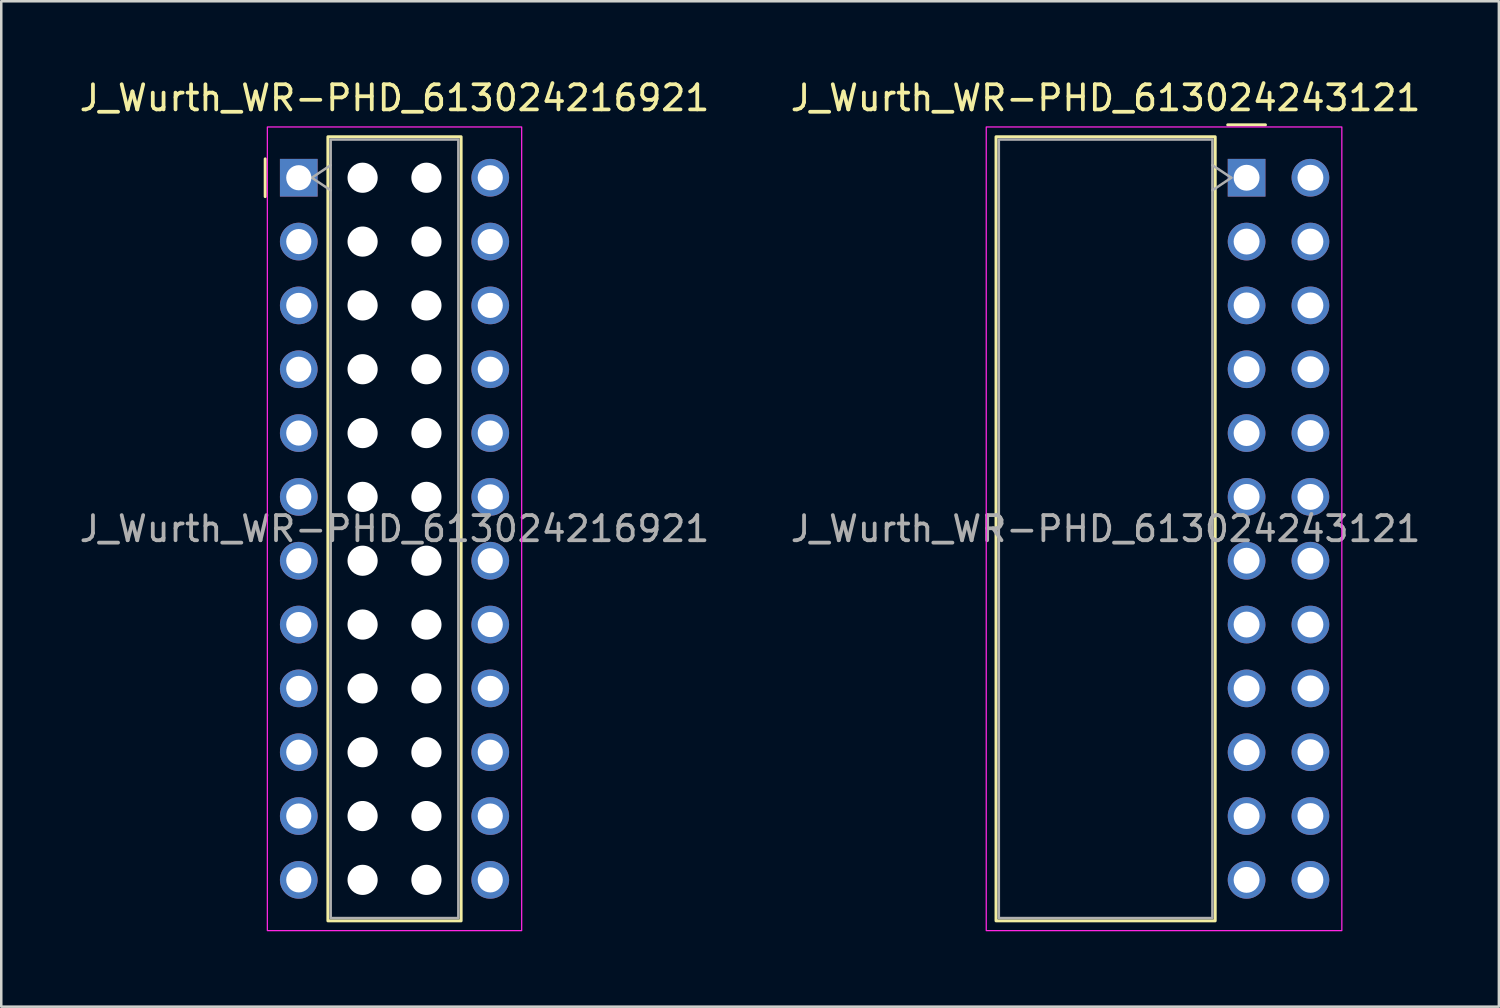
<source format=kicad_pcb>
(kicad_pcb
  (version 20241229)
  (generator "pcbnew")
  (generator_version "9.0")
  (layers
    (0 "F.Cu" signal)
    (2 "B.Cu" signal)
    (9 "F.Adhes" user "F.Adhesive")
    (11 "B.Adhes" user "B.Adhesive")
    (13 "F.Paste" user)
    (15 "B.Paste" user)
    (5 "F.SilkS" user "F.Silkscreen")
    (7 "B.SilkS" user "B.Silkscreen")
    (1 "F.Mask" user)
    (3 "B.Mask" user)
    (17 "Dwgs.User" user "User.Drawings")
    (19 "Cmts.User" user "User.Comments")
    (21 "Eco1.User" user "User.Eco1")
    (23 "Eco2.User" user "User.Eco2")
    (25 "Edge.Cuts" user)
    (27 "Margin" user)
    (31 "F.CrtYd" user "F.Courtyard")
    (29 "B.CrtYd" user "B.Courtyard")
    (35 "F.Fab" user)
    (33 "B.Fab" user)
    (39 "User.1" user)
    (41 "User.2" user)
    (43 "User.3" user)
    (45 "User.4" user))
  (footprint "J_Wurth_WR-PHD_613024216921"
    (layer "F.Cu")
    (at 8.839 4.023)
    (property "Reference" "J_Wurth_WR-PHD_613024216921" (at 3.81 -3.175 0) (unlocked yes) (layer "F.SilkS") (effects (font (size 1 1) (thickness 0.15))))
    (attr through_hole)
    (fp_line (start -1.335 -0.75) (end -1.335 0.75) (stroke (width 0.12) (type solid)) (layer "F.SilkS"))
    (fp_rect (start 1.16 -1.63) (end 6.46 29.57) (stroke (width 0.12) (type solid)) (fill no) (layer "F.SilkS"))
    (fp_rect (start -1.25 -2.02) (end 8.87 29.96) (stroke (width 0.05) (type solid)) (fill no) (layer "F.CrtYd"))
    (fp_line (start 0.52 0) (end 1.27 -0.5) (stroke (width 0.1) (type solid)) (layer "F.Fab"))
    (fp_line (start 0.52 0) (end 1.27 0.5) (stroke (width 0.1) (type solid)) (layer "F.Fab"))
    (fp_rect (start 1.27 -1.52) (end 6.35 29.46) (stroke (width 0.1) (type solid)) (fill no) (layer "F.Fab"))
    (fp_text user "${REFERENCE}" (at 3.81 13.97 0) (unlocked yes) (layer "F.Fab") (effects (font (size 1 1) (thickness 0.15))))
    (pad "" np_thru_hole circle (at 2.54 0 270) (size 1.2 1.2) (drill 1.2) (layers "*.Cu" "*.Mask"))
    (pad "" np_thru_hole circle (at 2.54 2.54 270) (size 1.2 1.2) (drill 1.2) (layers "*.Cu" "*.Mask"))
    (pad "" np_thru_hole circle (at 2.54 5.08 270) (size 1.2 1.2) (drill 1.2) (layers "*.Cu" "*.Mask"))
    (pad "" np_thru_hole circle (at 2.54 7.62 270) (size 1.2 1.2) (drill 1.2) (layers "*.Cu" "*.Mask"))
    (pad "" np_thru_hole circle (at 2.54 10.16 270) (size 1.2 1.2) (drill 1.2) (layers "*.Cu" "*.Mask"))
    (pad "" np_thru_hole circle (at 2.54 12.7 270) (size 1.2 1.2) (drill 1.2) (layers "*.Cu" "*.Mask"))
    (pad "" np_thru_hole circle (at 2.54 15.24 270) (size 1.2 1.2) (drill 1.2) (layers "*.Cu" "*.Mask"))
    (pad "" np_thru_hole circle (at 2.54 17.78 270) (size 1.2 1.2) (drill 1.2) (layers "*.Cu" "*.Mask"))
    (pad "" np_thru_hole circle (at 2.54 20.32 270) (size 1.2 1.2) (drill 1.2) (layers "*.Cu" "*.Mask"))
    (pad "" np_thru_hole circle (at 2.54 22.86 270) (size 1.2 1.2) (drill 1.2) (layers "*.Cu" "*.Mask"))
    (pad "" np_thru_hole circle (at 2.54 25.4 270) (size 1.2 1.2) (drill 1.2) (layers "*.Cu" "*.Mask"))
    (pad "" np_thru_hole circle (at 2.54 27.94 270) (size 1.2 1.2) (drill 1.2) (layers "*.Cu" "*.Mask"))
    (pad "" np_thru_hole circle (at 5.08 0 270) (size 1.2 1.2) (drill 1.2) (layers "*.Cu" "*.Mask"))
    (pad "" np_thru_hole circle (at 5.08 2.54 270) (size 1.2 1.2) (drill 1.2) (layers "*.Cu" "*.Mask"))
    (pad "" np_thru_hole circle (at 5.08 5.08 270) (size 1.2 1.2) (drill 1.2) (layers "*.Cu" "*.Mask"))
    (pad "" np_thru_hole circle (at 5.08 7.62 270) (size 1.2 1.2) (drill 1.2) (layers "*.Cu" "*.Mask"))
    (pad "" np_thru_hole circle (at 5.08 10.16 270) (size 1.2 1.2) (drill 1.2) (layers "*.Cu" "*.Mask"))
    (pad "" np_thru_hole circle (at 5.08 12.7 270) (size 1.2 1.2) (drill 1.2) (layers "*.Cu" "*.Mask"))
    (pad "" np_thru_hole circle (at 5.08 15.24 270) (size 1.2 1.2) (drill 1.2) (layers "*.Cu" "*.Mask"))
    (pad "" np_thru_hole circle (at 5.08 17.78 270) (size 1.2 1.2) (drill 1.2) (layers "*.Cu" "*.Mask"))
    (pad "" np_thru_hole circle (at 5.08 20.32 270) (size 1.2 1.2) (drill 1.2) (layers "*.Cu" "*.Mask"))
    (pad "" np_thru_hole circle (at 5.08 22.86 270) (size 1.2 1.2) (drill 1.2) (layers "*.Cu" "*.Mask"))
    (pad "" np_thru_hole circle (at 5.08 25.4 270) (size 1.2 1.2) (drill 1.2) (layers "*.Cu" "*.Mask"))
    (pad "" np_thru_hole circle (at 5.08 27.94 270) (size 1.2 1.2) (drill 1.2) (layers "*.Cu" "*.Mask"))
    (pad "1" thru_hole rect (at 0 0 270) (size 1.5 1.5) (drill 1) (layers "*.Cu" "*.Mask"))
    (pad "2" thru_hole circle (at 7.62 0 270) (size 1.5 1.5) (drill 1) (layers "*.Cu" "*.Mask"))
    (pad "3" thru_hole circle (at 0 2.54 270) (size 1.5 1.5) (drill 1) (layers "*.Cu" "*.Mask"))
    (pad "4" thru_hole circle (at 7.62 2.54 270) (size 1.5 1.5) (drill 1) (layers "*.Cu" "*.Mask"))
    (pad "5" thru_hole circle (at 0 5.08 270) (size 1.5 1.5) (drill 1) (layers "*.Cu" "*.Mask"))
    (pad "6" thru_hole circle (at 7.62 5.08 270) (size 1.5 1.5) (drill 1) (layers "*.Cu" "*.Mask"))
    (pad "7" thru_hole circle (at 0 7.62 270) (size 1.5 1.5) (drill 1) (layers "*.Cu" "*.Mask"))
    (pad "8" thru_hole circle (at 7.62 7.62 270) (size 1.5 1.5) (drill 1) (layers "*.Cu" "*.Mask"))
    (pad "9" thru_hole circle (at 0 10.16 270) (size 1.5 1.5) (drill 1) (layers "*.Cu" "*.Mask"))
    (pad "10" thru_hole circle (at 7.62 10.16 270) (size 1.5 1.5) (drill 1) (layers "*.Cu" "*.Mask"))
    (pad "11" thru_hole circle (at 0 12.7 270) (size 1.5 1.5) (drill 1) (layers "*.Cu" "*.Mask"))
    (pad "12" thru_hole circle (at 7.62 12.7 270) (size 1.5 1.5) (drill 1) (layers "*.Cu" "*.Mask"))
    (pad "13" thru_hole circle (at 0 15.24 270) (size 1.5 1.5) (drill 1) (layers "*.Cu" "*.Mask"))
    (pad "14" thru_hole circle (at 7.62 15.24 270) (size 1.5 1.5) (drill 1) (layers "*.Cu" "*.Mask"))
    (pad "15" thru_hole circle (at 0 17.78 270) (size 1.5 1.5) (drill 1) (layers "*.Cu" "*.Mask"))
    (pad "16" thru_hole circle (at 7.62 17.78 270) (size 1.5 1.5) (drill 1) (layers "*.Cu" "*.Mask"))
    (pad "17" thru_hole circle (at 0 20.32 270) (size 1.5 1.5) (drill 1) (layers "*.Cu" "*.Mask"))
    (pad "18" thru_hole circle (at 7.62 20.32 270) (size 1.5 1.5) (drill 1) (layers "*.Cu" "*.Mask"))
    (pad "19" thru_hole circle (at 0 22.86 270) (size 1.5 1.5) (drill 1) (layers "*.Cu" "*.Mask"))
    (pad "20" thru_hole circle (at 7.62 22.86 270) (size 1.5 1.5) (drill 1) (layers "*.Cu" "*.Mask"))
    (pad "21" thru_hole circle (at 0 25.4 270) (size 1.5 1.5) (drill 1) (layers "*.Cu" "*.Mask"))
    (pad "22" thru_hole circle (at 7.62 25.4 270) (size 1.5 1.5) (drill 1) (layers "*.Cu" "*.Mask"))
    (pad "23" thru_hole circle (at 0 27.94 270) (size 1.5 1.5) (drill 1) (layers "*.Cu" "*.Mask"))
    (pad "24" thru_hole circle (at 7.62 27.94 270) (size 1.5 1.5) (drill 1) (layers "*.Cu" "*.Mask")))
  (footprint "J_Wurth_WR-PHD_613024243121"
    (layer "F.Cu")
    (at 46.556 4.023)
    (property "Reference" "J_Wurth_WR-PHD_613024243121" (at -5.61 -3.175 0) (unlocked yes) (layer "F.SilkS") (effects (font (size 1 1) (thickness 0.15))))
    (attr through_hole)
    (fp_line (start -0.75 -2.105) (end 0.75 -2.105) (stroke (width 0.12) (type solid)) (layer "F.SilkS"))
    (fp_rect (start -9.97 -1.63) (end -1.25 29.57) (stroke (width 0.12) (type solid)) (fill no) (layer "F.SilkS"))
    (fp_rect (start -10.36 -2.02) (end 3.79 29.96) (stroke (width 0.05) (type solid)) (fill no) (layer "F.CrtYd"))
    (fp_line (start -0.61 0) (end -1.36 -0.5) (stroke (width 0.1) (type solid)) (layer "F.Fab"))
    (fp_line (start -0.61 0) (end -1.36 0.5) (stroke (width 0.1) (type solid)) (layer "F.Fab"))
    (fp_rect (start -9.86 -1.52) (end -1.36 29.46) (stroke (width 0.1) (type solid)) (fill no) (layer "F.Fab"))
    (fp_text user "${REFERENCE}" (at -5.61 13.97 0) (unlocked yes) (layer "F.Fab") (effects (font (size 1 1) (thickness 0.15))))
    (pad "1" thru_hole rect (at 0 0 270) (size 1.5 1.5) (drill 1.03) (layers "*.Cu" "*.Mask"))
    (pad "2" thru_hole circle (at 2.54 0 270) (size 1.5 1.5) (drill 1.03) (layers "*.Cu" "*.Mask"))
    (pad "3" thru_hole circle (at 0 2.54 270) (size 1.5 1.5) (drill 1.03) (layers "*.Cu" "*.Mask"))
    (pad "4" thru_hole circle (at 2.54 2.54 270) (size 1.5 1.5) (drill 1.03) (layers "*.Cu" "*.Mask"))
    (pad "5" thru_hole circle (at 0 5.08 270) (size 1.5 1.5) (drill 1.03) (layers "*.Cu" "*.Mask"))
    (pad "6" thru_hole circle (at 2.54 5.08 270) (size 1.5 1.5) (drill 1.03) (layers "*.Cu" "*.Mask"))
    (pad "7" thru_hole circle (at 0 7.62 270) (size 1.5 1.5) (drill 1.03) (layers "*.Cu" "*.Mask"))
    (pad "8" thru_hole circle (at 2.54 7.62 270) (size 1.5 1.5) (drill 1.03) (layers "*.Cu" "*.Mask"))
    (pad "9" thru_hole circle (at 0 10.16 270) (size 1.5 1.5) (drill 1.03) (layers "*.Cu" "*.Mask"))
    (pad "10" thru_hole circle (at 2.54 10.16 270) (size 1.5 1.5) (drill 1.03) (layers "*.Cu" "*.Mask"))
    (pad "11" thru_hole circle (at 0 12.7 270) (size 1.5 1.5) (drill 1.03) (layers "*.Cu" "*.Mask"))
    (pad "12" thru_hole circle (at 2.54 12.7 270) (size 1.5 1.5) (drill 1.03) (layers "*.Cu" "*.Mask"))
    (pad "13" thru_hole circle (at 0 15.24 270) (size 1.5 1.5) (drill 1.03) (layers "*.Cu" "*.Mask"))
    (pad "14" thru_hole circle (at 2.54 15.24 270) (size 1.5 1.5) (drill 1.03) (layers "*.Cu" "*.Mask"))
    (pad "15" thru_hole circle (at 0 17.78 270) (size 1.5 1.5) (drill 1.03) (layers "*.Cu" "*.Mask"))
    (pad "16" thru_hole circle (at 2.54 17.78 270) (size 1.5 1.5) (drill 1.03) (layers "*.Cu" "*.Mask"))
    (pad "17" thru_hole circle (at 0 20.32 270) (size 1.5 1.5) (drill 1.03) (layers "*.Cu" "*.Mask"))
    (pad "18" thru_hole circle (at 2.54 20.32 270) (size 1.5 1.5) (drill 1.03) (layers "*.Cu" "*.Mask"))
    (pad "19" thru_hole circle (at 0 22.86 270) (size 1.5 1.5) (drill 1.03) (layers "*.Cu" "*.Mask"))
    (pad "20" thru_hole circle (at 2.54 22.86 270) (size 1.5 1.5) (drill 1.03) (layers "*.Cu" "*.Mask"))
    (pad "21" thru_hole circle (at 0 25.4 270) (size 1.5 1.5) (drill 1.03) (layers "*.Cu" "*.Mask"))
    (pad "22" thru_hole circle (at 2.54 25.4 270) (size 1.5 1.5) (drill 1.03) (layers "*.Cu" "*.Mask"))
    (pad "23" thru_hole circle (at 0 27.94 270) (size 1.5 1.5) (drill 1.03) (layers "*.Cu" "*.Mask"))
    (pad "24" thru_hole circle (at 2.54 27.94 270) (size 1.5 1.5) (drill 1.03) (layers "*.Cu" "*.Mask")))
  (gr_rect
    (start -3 -3)
    (end 56.595 37.008)
    (stroke (width 0.1) (type default))
    (fill no)
    (layer "Edge.Cuts")))
</source>
